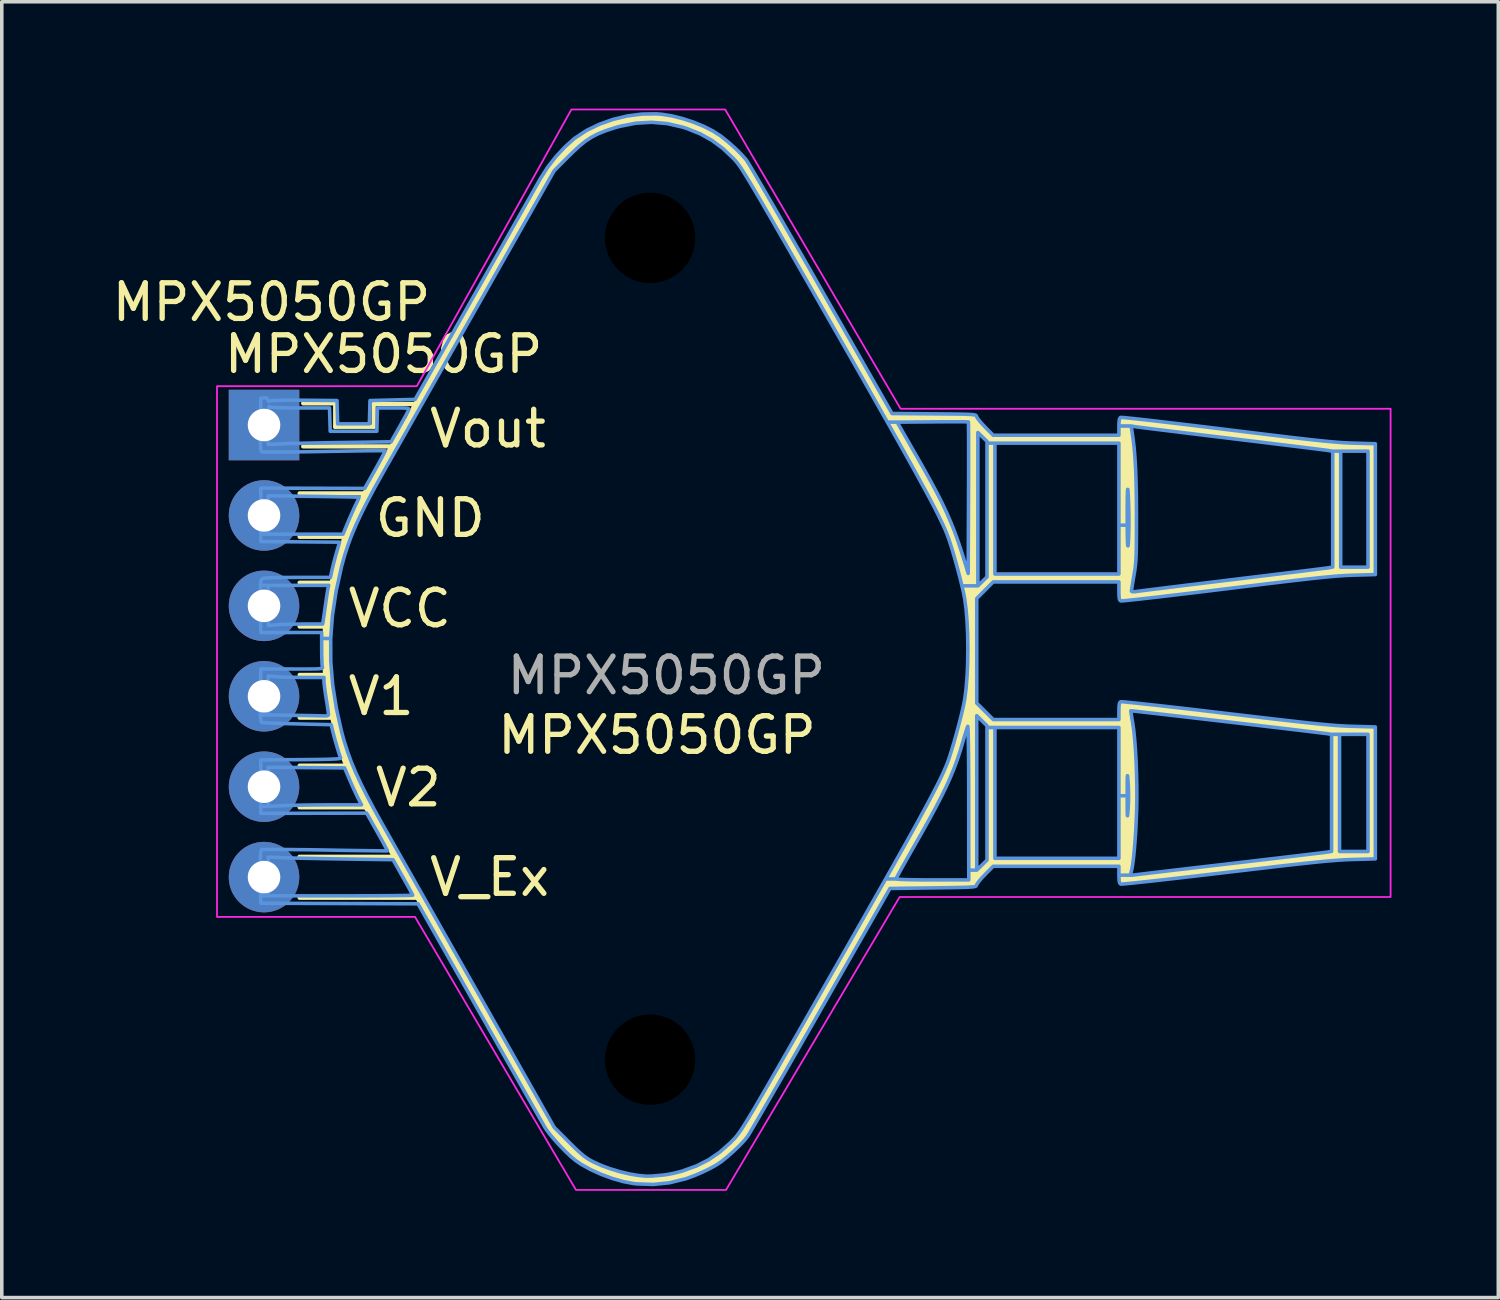
<source format=kicad_pcb>
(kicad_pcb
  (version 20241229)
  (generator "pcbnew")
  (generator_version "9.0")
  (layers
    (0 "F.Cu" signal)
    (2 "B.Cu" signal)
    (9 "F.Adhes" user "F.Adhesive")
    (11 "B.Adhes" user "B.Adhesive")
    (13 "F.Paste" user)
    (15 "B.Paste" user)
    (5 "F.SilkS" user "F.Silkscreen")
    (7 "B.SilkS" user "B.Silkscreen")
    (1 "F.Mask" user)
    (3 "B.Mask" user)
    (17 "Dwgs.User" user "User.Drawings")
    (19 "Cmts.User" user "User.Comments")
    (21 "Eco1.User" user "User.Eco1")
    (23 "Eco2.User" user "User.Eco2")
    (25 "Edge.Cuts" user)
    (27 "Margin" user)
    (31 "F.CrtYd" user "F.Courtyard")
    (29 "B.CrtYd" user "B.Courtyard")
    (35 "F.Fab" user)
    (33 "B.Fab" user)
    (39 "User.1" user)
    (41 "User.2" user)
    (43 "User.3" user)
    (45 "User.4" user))
  (footprint "MPX5050GP"
    (layer "F.Cu")
    (at 4.367 8.89)
    (property "Reference" "MPX5050GP" (at -1.19 -1.99 0) (unlocked yes) (layer "F.SilkS") (effects (font (size 1 1) (thickness 0.15)) (justify left)))
    (attr through_hole)
    (fp_line (start 0.995 12.13) (end 3.665 12.13) (stroke (width 0.12) (type solid)) (layer "F.SilkS"))
    (fp_line (start 1 1.92) (end 2.93 1.92) (stroke (width 0.12) (type solid)) (layer "F.SilkS"))
    (fp_line (start 1 4.43) (end 1.975 4.43) (stroke (width 0.12) (type solid)) (layer "F.SilkS"))
    (fp_line (start 1 5.66) (end 1.795 5.66) (stroke (width 0.12) (type solid)) (layer "F.SilkS"))
    (fp_line (start 1 7.02) (end 1.8 7.02) (stroke (width 0.12) (type solid)) (layer "F.SilkS"))
    (fp_line (start 1 8.22) (end 2.015 8.22) (stroke (width 0.12) (type solid)) (layer "F.SilkS"))
    (fp_line (start 1 9.57) (end 2.41 9.57) (stroke (width 0.12) (type solid)) (layer "F.SilkS"))
    (fp_line (start 1 10.74) (end 2.93 10.74) (stroke (width 0.12) (type solid)) (layer "F.SilkS"))
    (fp_line (start 1 13.28) (end 4.4 13.28) (stroke (width 0.12) (type solid)) (layer "F.SilkS"))
    (fp_line (start 1.1 0.6) (end 3.64 0.6) (stroke (width 0.12) (type solid)) (layer "F.SilkS"))
    (fp_line (start 2 -0.61) (end 1.1 -0.61) (stroke (width 0.12) (type solid)) (layer "F.SilkS"))
    (fp_line (start 2 0.05) (end 2 -0.61) (stroke (width 0.12) (type solid)) (layer "F.SilkS"))
    (fp_line (start 2.27 3.14) (end 1 3.14) (stroke (width 0.12) (type solid)) (layer "F.SilkS"))
    (fp_line (start 2.94 1.87) (end 2.27 3.19) (stroke (width 0.12) (type solid)) (layer "F.SilkS"))
    (fp_line (start 3.08 -0.59) (end 3.08 0.05) (stroke (width 0.12) (type solid)) (layer "F.SilkS"))
    (fp_line (start 3.08 0.05) (end 2 0.05) (stroke (width 0.12) (type solid)) (layer "F.SilkS"))
    (fp_line (start 4.21 -0.59) (end 3.08 -0.59) (stroke (width 0.12) (type solid)) (layer "F.SilkS"))
    (fp_poly (pts (xy 11.175 -8.732) (xy 11.461 -8.686) (xy 11.764 -8.61) (xy 12.069 -8.51) (xy 12.36 -8.391) (xy 12.621 -8.259) (xy 12.835 -8.121) (xy 12.854 -8.107) (xy 13.052 -7.946) (xy 13.239 -7.78) (xy 13.402 -7.621) (xy 13.527 -7.481) (xy 13.555 -7.446) (xy 13.588 -7.397) (xy 13.649 -7.295) (xy 13.739 -7.145) (xy 13.854 -6.95) (xy 13.992 -6.713) (xy 14.151 -6.439) (xy 14.329 -6.131) (xy 14.525 -5.792) (xy 14.736 -5.426) (xy 14.96 -5.036) (xy 15.194 -4.626) (xy 15.438 -4.2) (xy 15.668 -3.797) (xy 17.647 -0.324) (xy 18.829 -0.315) (xy 19.135 -0.312) (xy 19.383 -0.31) (xy 19.579 -0.307) (xy 19.73 -0.303) (xy 19.841 -0.299) (xy 19.919 -0.293) (xy 19.97 -0.285) (xy 20 -0.275) (xy 20.015 -0.262) (xy 20.021 -0.246) (xy 20.022 -0.242) (xy 20.048 -0.193) (xy 20.11 -0.112) (xy 20.197 -0.013) (xy 20.261 0.054) (xy 20.489 0.286) (xy 24.021 0.286) (xy 24.021 0.045) (xy 24.022 0.025) (xy 24.364 0.025) (xy 24.384 0.148) (xy 24.42 0.389) (xy 24.45 0.648) (xy 24.474 0.933) (xy 24.491 1.25) (xy 24.504 1.607) (xy 24.511 2.011) (xy 24.514 2.471) (xy 24.514 2.554) (xy 24.514 2.878) (xy 24.513 3.146) (xy 24.512 3.366) (xy 24.508 3.547) (xy 24.503 3.696) (xy 24.496 3.82) (xy 24.487 3.93) (xy 24.474 4.031) (xy 24.459 4.133) (xy 24.444 4.224) (xy 24.417 4.38) (xy 24.395 4.513) (xy 24.38 4.612) (xy 24.373 4.662) (xy 24.373 4.665) (xy 24.4 4.683) (xy 24.472 4.68) (xy 24.477 4.68) (xy 24.524 4.673) (xy 24.629 4.659) (xy 24.789 4.639) (xy 24.997 4.613) (xy 25.248 4.582) (xy 25.539 4.546) (xy 25.863 4.506) (xy 26.217 4.463) (xy 26.594 4.417) (xy 26.991 4.369) (xy 27.2 4.343) (xy 27.605 4.294) (xy 27.993 4.247) (xy 28.359 4.202) (xy 28.699 4.16) (xy 29.008 4.122) (xy 29.28 4.089) (xy 29.511 4.06) (xy 29.696 4.037) (xy 29.83 4.02) (xy 29.907 4.01) (xy 29.924 4.007) (xy 30.011 3.992) (xy 30.251 3.992) (xy 31.018 3.992) (xy 31.018 0.733) (xy 30.251 0.733) (xy 30.251 3.992) (xy 30.011 3.992) (xy 30.028 3.989) (xy 30.028 0.736) (xy 29.924 0.718) (xy 29.877 0.711) (xy 29.771 0.697) (xy 29.612 0.677) (xy 29.404 0.651) (xy 29.152 0.62) (xy 28.862 0.584) (xy 28.537 0.544) (xy 28.184 0.501) (xy 27.806 0.455) (xy 27.41 0.407) (xy 27.2 0.381) (xy 26.796 0.332) (xy 26.407 0.285) (xy 26.041 0.24) (xy 25.7 0.198) (xy 25.391 0.16) (xy 25.119 0.127) (xy 24.887 0.098) (xy 24.702 0.074) (xy 24.567 0.057) (xy 24.489 0.047) (xy 24.472 0.044) (xy 24.364 0.025) (xy 24.022 0.025) (xy 24.024 -0.085) (xy 24.034 -0.163) (xy 24.055 -0.204) (xy 24.072 -0.215) (xy 24.111 -0.214) (xy 24.208 -0.206) (xy 24.36 -0.19) (xy 24.562 -0.169) (xy 24.808 -0.141) (xy 25.096 -0.108) (xy 25.42 -0.07) (xy 25.776 -0.028) (xy 26.159 0.018) (xy 26.565 0.067) (xy 26.989 0.119) (xy 27.052 0.127) (xy 27.571 0.191) (xy 28.031 0.247) (xy 28.437 0.296) (xy 28.793 0.339) (xy 29.105 0.375) (xy 29.377 0.406) (xy 29.613 0.432) (xy 29.818 0.453) (xy 29.997 0.469) (xy 30.154 0.483) (xy 30.294 0.493) (xy 30.422 0.5) (xy 30.542 0.505) (xy 30.603 0.507) (xy 31.226 0.525) (xy 31.226 4.199) (xy 30.603 4.218) (xy 30.485 4.222) (xy 30.361 4.228) (xy 30.228 4.237) (xy 30.08 4.248) (xy 29.913 4.263) (xy 29.722 4.282) (xy 29.502 4.305) (xy 29.25 4.333) (xy 28.959 4.366) (xy 28.626 4.406) (xy 28.246 4.451) (xy 27.815 4.504) (xy 27.326 4.564) (xy 27.052 4.598) (xy 26.625 4.65) (xy 26.217 4.7) (xy 25.83 4.746) (xy 25.47 4.789) (xy 25.141 4.828) (xy 24.848 4.861) (xy 24.595 4.89) (xy 24.386 4.912) (xy 24.227 4.929) (xy 24.121 4.938) (xy 24.074 4.94) (xy 24.072 4.94) (xy 24.046 4.917) (xy 24.03 4.865) (xy 24.023 4.772) (xy 24.021 4.664) (xy 24.021 4.407) (xy 20.489 4.407) (xy 20.258 4.64) (xy 20.028 4.872) (xy 20.028 7.811) (xy 20.26 8.042) (xy 20.492 8.273) (xy 24.021 8.273) (xy 24.021 8.032) (xy 24.024 7.902) (xy 24.035 7.824) (xy 24.055 7.783) (xy 24.072 7.772) (xy 24.11 7.773) (xy 24.208 7.781) (xy 24.359 7.796) (xy 24.561 7.817) (xy 24.808 7.844) (xy 25.095 7.875) (xy 25.419 7.912) (xy 25.775 7.952) (xy 26.157 7.996) (xy 26.563 8.044) (xy 26.986 8.094) (xy 27.035 8.1) (xy 27.553 8.161) (xy 28.013 8.215) (xy 28.418 8.262) (xy 28.775 8.303) (xy 29.086 8.338) (xy 29.358 8.368) (xy 29.594 8.392) (xy 29.8 8.412) (xy 29.979 8.428) (xy 30.138 8.441) (xy 30.28 8.45) (xy 30.41 8.457) (xy 30.533 8.462) (xy 30.587 8.463) (xy 31.226 8.481) (xy 31.226 12.187) (xy 30.587 12.204) (xy 30.465 12.208) (xy 30.339 12.214) (xy 30.203 12.223) (xy 30.052 12.234) (xy 29.882 12.248) (xy 29.689 12.266) (xy 29.467 12.289) (xy 29.211 12.316) (xy 28.918 12.348) (xy 28.582 12.386) (xy 28.199 12.431) (xy 27.764 12.482) (xy 27.272 12.54) (xy 27.035 12.568) (xy 26.61 12.618) (xy 26.202 12.666) (xy 25.817 12.711) (xy 25.458 12.752) (xy 25.13 12.789) (xy 24.838 12.821) (xy 24.587 12.848) (xy 24.38 12.87) (xy 24.222 12.885) (xy 24.118 12.894) (xy 24.073 12.895) (xy 24.072 12.895) (xy 24.045 12.871) (xy 24.029 12.815) (xy 24.022 12.716) (xy 24.021 12.644) (xy 24.341 12.644) (xy 24.369 12.646) (xy 24.44 12.64) (xy 24.477 12.635) (xy 24.529 12.628) (xy 24.64 12.615) (xy 24.804 12.595) (xy 25.016 12.57) (xy 25.272 12.54) (xy 25.566 12.505) (xy 25.894 12.467) (xy 26.249 12.425) (xy 26.628 12.381) (xy 27.025 12.335) (xy 27.2 12.314) (xy 27.602 12.267) (xy 27.988 12.222) (xy 28.352 12.179) (xy 28.689 12.139) (xy 28.995 12.103) (xy 29.265 12.071) (xy 29.493 12.044) (xy 29.674 12.022) (xy 29.805 12.006) (xy 29.878 11.996) (xy 29.892 11.994) (xy 29.979 11.979) (xy 30.219 11.979) (xy 31.018 11.979) (xy 31.018 8.688) (xy 30.219 8.688) (xy 30.219 11.979) (xy 29.979 11.979) (xy 29.996 11.976) (xy 29.996 8.691) (xy 29.892 8.673) (xy 29.841 8.666) (xy 29.734 8.653) (xy 29.577 8.634) (xy 29.374 8.609) (xy 29.132 8.58) (xy 28.857 8.547) (xy 28.552 8.511) (xy 28.225 8.473) (xy 27.881 8.432) (xy 27.525 8.39) (xy 27.163 8.348) (xy 26.801 8.306) (xy 26.443 8.264) (xy 26.096 8.224) (xy 25.765 8.185) (xy 25.455 8.15) (xy 25.173 8.117) (xy 24.924 8.089) (xy 24.712 8.065) (xy 24.545 8.046) (xy 24.427 8.033) (xy 24.364 8.027) (xy 24.355 8.027) (xy 24.358 8.059) (xy 24.37 8.141) (xy 24.39 8.259) (xy 24.409 8.369) (xy 24.438 8.575) (xy 24.464 8.833) (xy 24.486 9.131) (xy 24.504 9.457) (xy 24.517 9.8) (xy 24.524 10.147) (xy 24.525 10.487) (xy 24.52 10.797) (xy 24.51 11.081) (xy 24.495 11.366) (xy 24.478 11.642) (xy 24.457 11.898) (xy 24.435 12.127) (xy 24.412 12.317) (xy 24.389 12.459) (xy 24.374 12.522) (xy 24.352 12.598) (xy 24.341 12.641) (xy 24.341 12.644) (xy 24.021 12.644) (xy 24.021 12.635) (xy 24.021 12.395) (xy 20.489 12.395) (xy 20.261 12.626) (xy 20.164 12.73) (xy 20.084 12.824) (xy 20.034 12.895) (xy 20.022 12.922) (xy 20.017 12.938) (xy 20.005 12.952) (xy 19.98 12.962) (xy 19.936 12.971) (xy 19.866 12.978) (xy 19.765 12.984) (xy 19.626 12.988) (xy 19.444 12.992) (xy 19.212 12.996) (xy 18.925 13) (xy 18.8 13.002) (xy 17.59 13.018) (xy 15.648 16.42) (xy 15.4 16.854) (xy 15.16 17.274) (xy 14.929 17.678) (xy 14.709 18.061) (xy 14.502 18.42) (xy 14.311 18.751) (xy 14.138 19.051) (xy 13.984 19.317) (xy 13.852 19.544) (xy 13.743 19.729) (xy 13.661 19.869) (xy 13.606 19.96) (xy 13.584 19.994) (xy 13.491 20.108) (xy 13.358 20.247) (xy 13.199 20.399) (xy 13.026 20.552) (xy 12.854 20.692) (xy 12.716 20.784) (xy 12.534 20.885) (xy 12.323 20.987) (xy 12.103 21.082) (xy 11.888 21.162) (xy 11.845 21.176) (xy 11.397 21.286) (xy 10.943 21.333) (xy 10.48 21.317) (xy 10.381 21.306) (xy 10.095 21.252) (xy 9.788 21.164) (xy 9.478 21.05) (xy 9.183 20.916) (xy 8.92 20.771) (xy 8.749 20.654) (xy 8.606 20.533) (xy 8.447 20.38) (xy 8.284 20.21) (xy 8.129 20.036) (xy 7.997 19.872) (xy 7.899 19.732) (xy 7.887 19.712) (xy 7.854 19.656) (xy 7.793 19.548) (xy 7.704 19.393) (xy 7.591 19.194) (xy 7.455 18.955) (xy 7.299 18.68) (xy 7.125 18.373) (xy 6.935 18.038) (xy 6.732 17.679) (xy 6.517 17.3) (xy 6.293 16.905) (xy 6.082 16.532) (xy 5.851 16.125) (xy 5.628 15.731) (xy 5.413 15.352) (xy 5.211 14.994) (xy 5.021 14.661) (xy 4.848 14.355) (xy 4.693 14.081) (xy 4.558 13.844) (xy 4.446 13.647) (xy 4.359 13.493) (xy 4.299 13.388) (xy 4.27 13.337) (xy 4.226 13.259) (xy 4.154 13.133) (xy 4.059 12.966) (xy 3.946 12.767) (xy 3.819 12.542) (xy 3.682 12.3) (xy 3.54 12.049) (xy 3.519 12.011) (xy 3.38 11.766) (xy 3.248 11.535) (xy 3.129 11.326) (xy 3.025 11.144) (xy 2.94 10.997) (xy 2.878 10.891) (xy 2.842 10.833) (xy 2.838 10.826) (xy 2.77 10.715) (xy 2.685 10.554) (xy 2.589 10.356) (xy 2.487 10.133) (xy 2.383 9.895) (xy 2.282 9.655) (xy 2.19 9.423) (xy 2.111 9.212) (xy 2.051 9.033) (xy 2.036 8.983) (xy 1.965 8.71) (xy 1.893 8.389) (xy 1.821 8.036) (xy 1.755 7.667) (xy 1.696 7.297) (xy 1.665 7.08) (xy 1.64 6.811) (xy 1.628 6.5) (xy 1.629 6.164) (xy 1.637 5.995) (xy 1.878 5.995) (xy 1.881 6.644) (xy 1.935 7.298) (xy 2.041 7.969) (xy 2.184 8.608) (xy 2.263 8.896) (xy 2.353 9.18) (xy 2.459 9.467) (xy 2.583 9.765) (xy 2.731 10.083) (xy 2.904 10.428) (xy 3.106 10.808) (xy 3.342 11.232) (xy 3.365 11.273) (xy 3.458 11.437) (xy 3.58 11.652) (xy 3.728 11.913) (xy 3.9 12.216) (xy 4.092 12.556) (xy 4.303 12.929) (xy 4.531 13.329) (xy 4.771 13.753) (xy 5.022 14.196) (xy 5.281 14.653) (xy 5.545 15.119) (xy 5.812 15.59) (xy 6.065 16.037) (xy 8.157 19.727) (xy 8.573 20.144) (xy 8.734 20.304) (xy 8.864 20.425) (xy 8.972 20.518) (xy 9.069 20.59) (xy 9.167 20.651) (xy 9.251 20.696) (xy 9.475 20.798) (xy 9.728 20.891) (xy 9.996 20.972) (xy 10.263 21.036) (xy 10.516 21.08) (xy 10.74 21.101) (xy 10.906 21.098) (xy 10.987 21.09) (xy 11.106 21.079) (xy 11.225 21.068) (xy 11.358 21.05) (xy 11.523 21.016) (xy 11.694 20.974) (xy 11.767 20.952) (xy 12.152 20.813) (xy 12.494 20.641) (xy 12.807 20.426) (xy 13.108 20.159) (xy 13.195 20.07) (xy 13.227 20.036) (xy 13.259 20) (xy 13.293 19.959) (xy 13.329 19.911) (xy 13.371 19.853) (xy 13.418 19.783) (xy 13.474 19.697) (xy 13.539 19.593) (xy 13.615 19.469) (xy 13.703 19.321) (xy 13.806 19.148) (xy 13.924 18.946) (xy 14.06 18.713) (xy 14.214 18.446) (xy 14.389 18.143) (xy 14.586 17.8) (xy 14.806 17.416) (xy 15.052 16.988) (xy 15.324 16.513) (xy 15.624 15.988) (xy 15.954 15.41) (xy 16.027 15.281) (xy 16.4 14.629) (xy 16.741 14.03) (xy 17.054 13.481) (xy 17.339 12.98) (xy 17.469 12.75) (xy 17.759 12.75) (xy 17.79 12.757) (xy 17.878 12.763) (xy 18.015 12.769) (xy 18.195 12.773) (xy 18.412 12.776) (xy 18.657 12.778) (xy 18.782 12.778) (xy 19.804 12.778) (xy 19.803 10.597) (xy 19.802 10.219) (xy 19.801 9.865) (xy 19.799 9.54) (xy 19.797 9.25) (xy 19.793 8.998) (xy 19.79 8.789) (xy 19.786 8.628) (xy 19.782 8.519) (xy 19.777 8.468) (xy 19.775 8.465) (xy 19.755 8.513) (xy 19.724 8.609) (xy 19.685 8.739) (xy 19.644 8.88) (xy 19.568 9.138) (xy 19.487 9.386) (xy 19.398 9.629) (xy 19.297 9.877) (xy 19.18 10.136) (xy 19.046 10.414) (xy 18.889 10.718) (xy 18.707 11.055) (xy 18.496 11.433) (xy 18.324 11.735) (xy 18.193 11.964) (xy 18.073 12.176) (xy 17.967 12.364) (xy 17.88 12.522) (xy 17.813 12.643) (xy 17.772 12.721) (xy 17.759 12.75) (xy 17.469 12.75) (xy 17.597 12.523) (xy 17.831 12.109) (xy 18.04 11.735) (xy 18.228 11.398) (xy 18.395 11.095) (xy 18.543 10.825) (xy 18.672 10.584) (xy 18.786 10.37) (xy 18.884 10.18) (xy 18.968 10.012) (xy 19.04 9.863) (xy 19.101 9.73) (xy 19.153 9.612) (xy 19.196 9.505) (xy 19.233 9.406) (xy 19.255 9.343) (xy 19.323 9.132) (xy 19.395 8.889) (xy 19.468 8.63) (xy 19.537 8.37) (xy 19.588 8.164) (xy 20.028 8.164) (xy 20.028 12.504) (xy 20.171 12.363) (xy 20.315 12.222) (xy 20.315 12.171) (xy 20.539 12.171) (xy 24.021 12.171) (xy 24.021 10.414) (xy 24.254 10.414) (xy 24.254 10.64) (xy 24.255 10.805) (xy 24.256 10.914) (xy 24.259 10.969) (xy 24.263 10.975) (xy 24.268 10.935) (xy 24.275 10.852) (xy 24.281 10.773) (xy 24.291 10.568) (xy 24.292 10.338) (xy 24.286 10.12) (xy 24.281 10.054) (xy 24.273 9.945) (xy 24.266 9.875) (xy 24.261 9.849) (xy 24.258 9.871) (xy 24.256 9.943) (xy 24.254 10.069) (xy 24.254 10.254) (xy 24.254 10.414) (xy 24.021 10.414) (xy 24.021 8.497) (xy 20.539 8.497) (xy 20.539 12.171) (xy 20.315 12.171) (xy 20.315 8.446) (xy 20.171 8.305) (xy 20.028 8.164) (xy 19.588 8.164) (xy 19.599 8.123) (xy 19.649 7.904) (xy 19.685 7.728) (xy 19.69 7.698) (xy 19.729 7.398) (xy 19.756 7.051) (xy 19.773 6.673) (xy 19.778 6.279) (xy 19.772 5.886) (xy 19.755 5.509) (xy 19.726 5.165) (xy 19.69 4.886) (xy 19.658 4.721) (xy 19.611 4.51) (xy 19.551 4.268) (xy 19.483 4.01) (xy 19.411 3.749) (xy 19.338 3.502) (xy 19.269 3.283) (xy 19.255 3.241) (xy 19.222 3.147) (xy 19.183 3.046) (xy 19.137 2.935) (xy 19.082 2.812) (xy 19.018 2.675) (xy 18.942 2.52) (xy 18.853 2.345) (xy 18.75 2.147) (xy 18.632 1.925) (xy 18.497 1.675) (xy 18.343 1.394) (xy 18.169 1.08) (xy 17.974 0.732) (xy 17.757 0.345) (xy 17.516 -0.082) (xy 17.791 -0.082) (xy 18.323 0.845) (xy 18.547 1.24) (xy 18.742 1.59) (xy 18.91 1.905) (xy 19.056 2.194) (xy 19.184 2.465) (xy 19.299 2.727) (xy 19.403 2.991) (xy 19.502 3.264) (xy 19.6 3.557) (xy 19.7 3.877) (xy 19.715 3.928) (xy 19.788 4.168) (xy 19.796 2.046) (xy 19.797 1.684) (xy 19.798 1.341) (xy 19.799 1.022) (xy 19.799 0.733) (xy 19.799 0.48) (xy 19.798 0.266) (xy 19.798 0.209) (xy 20.059 0.209) (xy 20.059 4.516) (xy 20.187 4.391) (xy 20.315 4.266) (xy 20.315 4.184) (xy 20.539 4.184) (xy 24.021 4.184) (xy 24.021 2.554) (xy 24.254 2.554) (xy 24.254 2.813) (xy 24.256 3.03) (xy 24.26 3.2) (xy 24.264 3.321) (xy 24.27 3.387) (xy 24.276 3.394) (xy 24.278 3.385) (xy 24.287 3.304) (xy 24.294 3.174) (xy 24.3 3.009) (xy 24.303 2.823) (xy 24.303 2.698) (xy 24.301 2.491) (xy 24.297 2.281) (xy 24.291 2.086) (xy 24.283 1.927) (xy 24.279 1.867) (xy 24.272 1.806) (xy 24.266 1.806) (xy 24.261 1.866) (xy 24.258 1.989) (xy 24.256 2.173) (xy 24.254 2.421) (xy 24.254 2.554) (xy 24.021 2.554) (xy 24.021 0.509) (xy 20.539 0.509) (xy 20.539 4.184) (xy 20.315 4.184) (xy 20.315 0.458) (xy 20.187 0.334) (xy 20.059 0.209) (xy 19.798 0.209) (xy 19.797 0.098) (xy 19.796 -0.019) (xy 19.794 -0.08) (xy 19.793 -0.087) (xy 19.759 -0.09) (xy 19.67 -0.092) (xy 19.532 -0.093) (xy 19.353 -0.093) (xy 19.142 -0.092) (xy 18.906 -0.091) (xy 18.787 -0.09) (xy 17.791 -0.082) (xy 17.516 -0.082) (xy 17.516 -0.083) (xy 17.249 -0.554) (xy 16.955 -1.071) (xy 16.633 -1.636) (xy 16.282 -2.252) (xy 16.027 -2.697) (xy 15.691 -3.286) (xy 15.385 -3.822) (xy 15.107 -4.307) (xy 14.856 -4.745) (xy 14.63 -5.138) (xy 14.429 -5.489) (xy 14.25 -5.801) (xy 14.091 -6.075) (xy 13.951 -6.315) (xy 13.83 -6.523) (xy 13.724 -6.702) (xy 13.632 -6.855) (xy 13.554 -6.984) (xy 13.487 -7.092) (xy 13.429 -7.181) (xy 13.38 -7.255) (xy 13.338 -7.315) (xy 13.3 -7.365) (xy 13.266 -7.407) (xy 13.234 -7.444) (xy 13.202 -7.478) (xy 13.195 -7.485) (xy 12.896 -7.769) (xy 12.588 -7.998) (xy 12.256 -8.182) (xy 11.886 -8.33) (xy 11.767 -8.368) (xy 11.333 -8.469) (xy 10.893 -8.506) (xy 10.447 -8.48) (xy 9.995 -8.39) (xy 9.875 -8.356) (xy 9.618 -8.273) (xy 9.404 -8.188) (xy 9.216 -8.093) (xy 9.041 -7.979) (xy 8.864 -7.836) (xy 8.669 -7.655) (xy 8.573 -7.56) (xy 8.157 -7.143) (xy 6.065 -3.452) (xy 5.798 -2.981) (xy 5.531 -2.51) (xy 5.267 -2.044) (xy 5.008 -1.588) (xy 4.758 -1.146) (xy 4.518 -0.723) (xy 4.292 -0.324) (xy 4.082 0.047) (xy 3.89 0.385) (xy 3.719 0.686) (xy 3.573 0.945) (xy 3.453 1.157) (xy 3.365 1.311) (xy 3.126 1.739) (xy 2.921 2.124) (xy 2.745 2.472) (xy 2.596 2.791) (xy 2.469 3.091) (xy 2.362 3.379) (xy 2.27 3.662) (xy 2.191 3.949) (xy 2.184 3.976) (xy 2.03 4.672) (xy 1.928 5.341) (xy 1.878 5.995) (xy 1.637 5.995) (xy 1.644 5.823) (xy 1.671 5.496) (xy 1.688 5.35) (xy 1.724 5.095) (xy 1.768 4.829) (xy 1.815 4.563) (xy 1.866 4.306) (xy 1.917 4.067) (xy 1.966 3.856) (xy 2.013 3.683) (xy 2.053 3.557) (xy 2.076 3.505) (xy 2.103 3.44) (xy 2.139 3.338) (xy 2.168 3.244) (xy 2.224 3.079) (xy 2.302 2.874) (xy 2.397 2.647) (xy 2.501 2.414) (xy 2.608 2.192) (xy 2.674 2.063) (xy 2.761 1.901) (xy 2.865 1.711) (xy 2.98 1.506) (xy 3.099 1.297) (xy 3.215 1.097) (xy 3.32 0.918) (xy 3.408 0.772) (xy 3.466 0.68) (xy 3.527 0.582) (xy 3.575 0.498) (xy 3.595 0.456) (xy 3.627 0.385) (xy 3.679 0.287) (xy 3.743 0.173) (xy 3.811 0.058) (xy 3.875 -0.045) (xy 3.927 -0.122) (xy 3.958 -0.16) (xy 3.962 -0.162) (xy 3.992 -0.189) (xy 4.024 -0.255) (xy 4.028 -0.265) (xy 4.062 -0.349) (xy 4.114 -0.462) (xy 4.163 -0.561) (xy 4.19 -0.609) (xy 4.245 -0.708) (xy 4.327 -0.855) (xy 4.433 -1.043) (xy 4.561 -1.27) (xy 4.709 -1.531) (xy 4.873 -1.821) (xy 5.051 -2.137) (xy 5.241 -2.473) (xy 5.441 -2.826) (xy 5.648 -3.19) (xy 5.859 -3.563) (xy 6.072 -3.939) (xy 6.285 -4.314) (xy 6.494 -4.683) (xy 6.699 -5.043) (xy 6.895 -5.389) (xy 7.082 -5.717) (xy 7.255 -6.022) (xy 7.414 -6.3) (xy 7.554 -6.547) (xy 7.675 -6.758) (xy 7.773 -6.929) (xy 7.845 -7.056) (xy 7.887 -7.128) (xy 7.978 -7.262) (xy 8.105 -7.423) (xy 8.257 -7.596) (xy 8.419 -7.768) (xy 8.58 -7.924) (xy 8.727 -8.052) (xy 8.749 -8.069) (xy 9.063 -8.276) (xy 9.421 -8.449) (xy 9.809 -8.586) (xy 10.213 -8.684) (xy 10.622 -8.737) (xy 11.02 -8.743)) (stroke (width 0) (type solid)) (fill yes) (layer "F.SilkS"))
    (fp_poly (pts (xy 11.169 -8.73) (xy 11.455 -8.685) (xy 11.759 -8.609) (xy 12.064 -8.509) (xy 12.355 -8.39) (xy 12.616 -8.258) (xy 12.83 -8.12) (xy 12.848 -8.106) (xy 13.047 -7.945) (xy 13.234 -7.779) (xy 13.396 -7.62) (xy 13.522 -7.48) (xy 13.55 -7.445) (xy 13.582 -7.395) (xy 13.644 -7.294) (xy 13.733 -7.144) (xy 13.848 -6.949) (xy 13.986 -6.712) (xy 14.145 -6.438) (xy 14.324 -6.13) (xy 14.52 -5.791) (xy 14.73 -5.425) (xy 14.954 -5.035) (xy 15.189 -4.625) (xy 15.433 -4.199) (xy 15.662 -3.796) (xy 17.642 -0.323) (xy 18.824 -0.314) (xy 19.129 -0.311) (xy 19.377 -0.309) (xy 19.574 -0.306) (xy 19.724 -0.302) (xy 19.836 -0.298) (xy 19.914 -0.292) (xy 19.965 -0.284) (xy 19.995 -0.274) (xy 20.009 -0.261) (xy 20.016 -0.245) (xy 20.016 -0.24) (xy 20.043 -0.191) (xy 20.105 -0.111) (xy 20.192 -0.012) (xy 20.256 0.055) (xy 20.484 0.287) (xy 24.016 0.287) (xy 24.016 0.046) (xy 24.016 0.027) (xy 24.358 0.027) (xy 24.379 0.149) (xy 24.415 0.39) (xy 24.445 0.649) (xy 24.468 0.934) (xy 24.486 1.251) (xy 24.498 1.608) (xy 24.506 2.012) (xy 24.509 2.472) (xy 24.509 2.555) (xy 24.509 2.879) (xy 24.508 3.147) (xy 24.506 3.367) (xy 24.503 3.548) (xy 24.498 3.697) (xy 24.491 3.822) (xy 24.481 3.931) (xy 24.469 4.032) (xy 24.454 4.134) (xy 24.438 4.225) (xy 24.412 4.381) (xy 24.39 4.514) (xy 24.374 4.613) (xy 24.367 4.663) (xy 24.367 4.666) (xy 24.395 4.684) (xy 24.467 4.681) (xy 24.471 4.681) (xy 24.518 4.674) (xy 24.624 4.66) (xy 24.783 4.64) (xy 24.991 4.614) (xy 25.243 4.583) (xy 25.534 4.547) (xy 25.858 4.507) (xy 26.211 4.464) (xy 26.589 4.418) (xy 26.985 4.37) (xy 27.195 4.344) (xy 27.599 4.295) (xy 27.987 4.248) (xy 28.354 4.203) (xy 28.694 4.161) (xy 29.002 4.124) (xy 29.274 4.09) (xy 29.505 4.061) (xy 29.69 4.038) (xy 29.824 4.021) (xy 29.902 4.011) (xy 29.919 4.008) (xy 30.006 3.993) (xy 30.246 3.993) (xy 31.013 3.993) (xy 31.013 0.734) (xy 30.246 0.734) (xy 30.246 3.993) (xy 30.006 3.993) (xy 30.022 3.99) (xy 30.022 0.737) (xy 29.919 0.719) (xy 29.871 0.712) (xy 29.766 0.698) (xy 29.606 0.678) (xy 29.398 0.652) (xy 29.147 0.621) (xy 28.856 0.585) (xy 28.532 0.546) (xy 28.178 0.502) (xy 27.801 0.456) (xy 27.404 0.408) (xy 27.195 0.382) (xy 26.79 0.333) (xy 26.402 0.286) (xy 26.035 0.241) (xy 25.695 0.199) (xy 25.386 0.161) (xy 25.113 0.128) (xy 24.882 0.099) (xy 24.696 0.076) (xy 24.562 0.058) (xy 24.483 0.048) (xy 24.467 0.045) (xy 24.358 0.027) (xy 24.016 0.027) (xy 24.019 -0.084) (xy 24.029 -0.162) (xy 24.049 -0.203) (xy 24.067 -0.214) (xy 24.105 -0.213) (xy 24.203 -0.205) (xy 24.355 -0.189) (xy 24.556 -0.168) (xy 24.803 -0.14) (xy 25.091 -0.107) (xy 25.415 -0.069) (xy 25.771 -0.027) (xy 26.154 0.019) (xy 26.559 0.068) (xy 26.983 0.12) (xy 27.046 0.128) (xy 27.565 0.192) (xy 28.025 0.248) (xy 28.431 0.297) (xy 28.788 0.34) (xy 29.1 0.376) (xy 29.371 0.407) (xy 29.607 0.433) (xy 29.812 0.454) (xy 29.991 0.47) (xy 30.149 0.484) (xy 30.289 0.494) (xy 30.417 0.501) (xy 30.537 0.506) (xy 30.597 0.508) (xy 31.22 0.526) (xy 31.22 4.201) (xy 30.597 4.219) (xy 30.479 4.223) (xy 30.356 4.229) (xy 30.223 4.238) (xy 30.075 4.249) (xy 29.907 4.264) (xy 29.716 4.283) (xy 29.497 4.306) (xy 29.244 4.334) (xy 28.954 4.367) (xy 28.621 4.407) (xy 28.241 4.452) (xy 27.809 4.505) (xy 27.321 4.565) (xy 27.046 4.599) (xy 26.62 4.651) (xy 26.211 4.701) (xy 25.825 4.747) (xy 25.465 4.79) (xy 25.136 4.829) (xy 24.842 4.862) (xy 24.589 4.891) (xy 24.381 4.913) (xy 24.222 4.93) (xy 24.116 4.939) (xy 24.069 4.941) (xy 24.067 4.941) (xy 24.04 4.918) (xy 24.025 4.866) (xy 24.017 4.773) (xy 24.016 4.665) (xy 24.016 4.408) (xy 20.484 4.408) (xy 20.253 4.641) (xy 20.022 4.873) (xy 20.022 7.812) (xy 20.254 8.043) (xy 20.487 8.274) (xy 24.016 8.274) (xy 24.016 8.034) (xy 24.019 7.904) (xy 24.029 7.825) (xy 24.049 7.784) (xy 24.066 7.774) (xy 24.105 7.774) (xy 24.202 7.782) (xy 24.354 7.797) (xy 24.555 7.818) (xy 24.802 7.845) (xy 25.09 7.876) (xy 25.414 7.913) (xy 25.769 7.953) (xy 26.152 7.997) (xy 26.557 8.045) (xy 26.981 8.095) (xy 27.03 8.101) (xy 27.548 8.162) (xy 28.007 8.216) (xy 28.413 8.263) (xy 28.769 8.304) (xy 29.081 8.339) (xy 29.352 8.369) (xy 29.588 8.393) (xy 29.794 8.413) (xy 29.974 8.429) (xy 30.133 8.442) (xy 30.275 8.451) (xy 30.405 8.458) (xy 30.528 8.463) (xy 30.581 8.464) (xy 31.22 8.482) (xy 31.22 12.188) (xy 30.581 12.205) (xy 30.46 12.209) (xy 30.334 12.215) (xy 30.197 12.224) (xy 30.047 12.235) (xy 29.877 12.249) (xy 29.683 12.267) (xy 29.461 12.29) (xy 29.206 12.317) (xy 28.913 12.349) (xy 28.577 12.387) (xy 28.194 12.432) (xy 27.759 12.483) (xy 27.267 12.541) (xy 27.03 12.569) (xy 26.604 12.619) (xy 26.197 12.667) (xy 25.811 12.712) (xy 25.452 12.753) (xy 25.125 12.79) (xy 24.833 12.822) (xy 24.581 12.849) (xy 24.374 12.871) (xy 24.217 12.886) (xy 24.113 12.895) (xy 24.068 12.897) (xy 24.066 12.896) (xy 24.039 12.872) (xy 24.024 12.816) (xy 24.017 12.717) (xy 24.016 12.645) (xy 24.335 12.645) (xy 24.363 12.647) (xy 24.434 12.641) (xy 24.471 12.636) (xy 24.523 12.63) (xy 24.634 12.616) (xy 24.798 12.597) (xy 25.011 12.571) (xy 25.267 12.541) (xy 25.561 12.506) (xy 25.888 12.468) (xy 26.244 12.426) (xy 26.623 12.382) (xy 27.019 12.336) (xy 27.195 12.315) (xy 27.597 12.268) (xy 27.982 12.223) (xy 28.346 12.18) (xy 28.684 12.14) (xy 28.99 12.104) (xy 29.259 12.072) (xy 29.487 12.045) (xy 29.669 12.023) (xy 29.799 12.007) (xy 29.873 11.997) (xy 29.887 11.995) (xy 29.974 11.98) (xy 30.214 11.98) (xy 31.013 11.98) (xy 31.013 8.689) (xy 30.214 8.689) (xy 30.214 11.98) (xy 29.974 11.98) (xy 29.99 11.977) (xy 29.99 8.692) (xy 29.887 8.674) (xy 29.836 8.667) (xy 29.729 8.654) (xy 29.571 8.635) (xy 29.369 8.61) (xy 29.127 8.581) (xy 28.851 8.548) (xy 28.547 8.512) (xy 28.22 8.474) (xy 27.876 8.433) (xy 27.52 8.391) (xy 27.158 8.349) (xy 26.795 8.307) (xy 26.437 8.265) (xy 26.09 8.225) (xy 25.759 8.186) (xy 25.45 8.151) (xy 25.168 8.118) (xy 24.918 8.09) (xy 24.707 8.066) (xy 24.54 8.047) (xy 24.422 8.034) (xy 24.359 8.028) (xy 24.349 8.028) (xy 24.352 8.06) (xy 24.365 8.142) (xy 24.384 8.26) (xy 24.403 8.37) (xy 24.433 8.576) (xy 24.459 8.834) (xy 24.481 9.132) (xy 24.499 9.458) (xy 24.511 9.801) (xy 24.519 10.148) (xy 24.52 10.488) (xy 24.515 10.798) (xy 24.504 11.082) (xy 24.49 11.367) (xy 24.472 11.643) (xy 24.452 11.899) (xy 24.43 12.128) (xy 24.407 12.318) (xy 24.383 12.46) (xy 24.368 12.523) (xy 24.347 12.599) (xy 24.336 12.642) (xy 24.335 12.645) (xy 24.016 12.645) (xy 24.016 12.636) (xy 24.016 12.396) (xy 20.484 12.396) (xy 20.256 12.627) (xy 20.158 12.731) (xy 20.079 12.825) (xy 20.029 12.896) (xy 20.016 12.923) (xy 20.012 12.939) (xy 20 12.953) (xy 19.975 12.963) (xy 19.93 12.972) (xy 19.86 12.979) (xy 19.759 12.985) (xy 19.621 12.989) (xy 19.438 12.993) (xy 19.207 12.997) (xy 18.92 13.001) (xy 18.795 13.003) (xy 17.585 13.019) (xy 15.642 16.421) (xy 15.395 16.855) (xy 15.154 17.275) (xy 14.923 17.679) (xy 14.703 18.062) (xy 14.497 18.421) (xy 14.306 18.752) (xy 14.132 19.053) (xy 13.978 19.318) (xy 13.846 19.545) (xy 13.738 19.73) (xy 13.655 19.87) (xy 13.6 19.961) (xy 13.578 19.995) (xy 13.485 20.109) (xy 13.353 20.248) (xy 13.194 20.4) (xy 13.021 20.553) (xy 12.848 20.693) (xy 12.711 20.785) (xy 12.528 20.886) (xy 12.318 20.988) (xy 12.097 21.083) (xy 11.882 21.163) (xy 11.839 21.177) (xy 11.391 21.287) (xy 10.937 21.334) (xy 10.475 21.318) (xy 10.375 21.307) (xy 10.09 21.253) (xy 9.783 21.165) (xy 9.473 21.051) (xy 9.177 20.917) (xy 8.914 20.772) (xy 8.744 20.655) (xy 8.612 20.544) (xy 8.463 20.402) (xy 8.307 20.242) (xy 8.158 20.078) (xy 8.028 19.923) (xy 7.929 19.791) (xy 7.901 19.747) (xy 7.871 19.696) (xy 7.812 19.592) (xy 7.726 19.441) (xy 7.614 19.246) (xy 7.48 19.01) (xy 7.325 18.738) (xy 7.152 18.433) (xy 6.963 18.1) (xy 6.759 17.741) (xy 6.544 17.362) (xy 6.319 16.965) (xy 6.086 16.555) (xy 6.06 16.509) (xy 4.326 13.45) (xy 2.118 13.442) (xy -0.09 13.434) (xy -0.099 12.69) (xy -0.101 12.45) (xy -0.101 12.266) (xy -0.1 12.138) (xy 0.117 12.138) (xy 0.117 13.226) (xy 2.146 13.226) (xy 2.5 13.226) (xy 2.834 13.225) (xy 3.143 13.224) (xy 3.422 13.222) (xy 3.665 13.22) (xy 3.867 13.217) (xy 4.022 13.215) (xy 4.126 13.212) (xy 4.173 13.208) (xy 4.175 13.208) (xy 4.16 13.175) (xy 4.119 13.096) (xy 4.056 12.98) (xy 3.976 12.837) (xy 3.899 12.7) (xy 3.624 12.211) (xy 2.294 12.192) (xy 1.989 12.187) (xy 1.686 12.182) (xy 1.397 12.176) (xy 1.131 12.171) (xy 0.896 12.166) (xy 0.704 12.161) (xy 0.564 12.156) (xy 0.541 12.155) (xy 0.117 12.138) (xy -0.1 12.138) (xy -0.1 12.131) (xy -0.095 12.037) (xy -0.087 11.977) (xy -0.076 11.944) (xy -0.061 11.929) (xy -0.059 11.928) (xy -0.018 11.925) (xy 0.08 11.923) (xy 0.23 11.923) (xy 0.426 11.923) (xy 0.662 11.925) (xy 0.931 11.928) (xy 1.228 11.931) (xy 1.547 11.936) (xy 1.723 11.939) (xy 2.05 11.945) (xy 2.356 11.95) (xy 2.637 11.954) (xy 2.887 11.957) (xy 3.1 11.96) (xy 3.269 11.962) (xy 3.39 11.963) (xy 3.455 11.963) (xy 3.466 11.962) (xy 3.454 11.934) (xy 3.415 11.859) (xy 3.354 11.745) (xy 3.275 11.602) (xy 3.184 11.438) (xy 3.179 11.429) (xy 2.882 10.903) (xy 1.396 10.906) (xy -0.09 10.91) (xy -0.09 9.615) (xy 0.117 9.615) (xy 0.117 10.712) (xy 0.573 10.691) (xy 0.735 10.686) (xy 0.946 10.68) (xy 1.191 10.676) (xy 1.453 10.673) (xy 1.718 10.671) (xy 1.883 10.67) (xy 2.738 10.67) (xy 2.636 10.471) (xy 2.579 10.352) (xy 2.508 10.199) (xy 2.435 10.036) (xy 2.399 9.951) (xy 2.263 9.632) (xy 1.19 9.624) (xy 0.117 9.615) (xy -0.09 9.615) (xy -0.09 9.408) (xy 1.039 9.4) (xy 1.349 9.397) (xy 1.601 9.394) (xy 1.798 9.39) (xy 1.947 9.384) (xy 2.051 9.378) (xy 2.116 9.37) (xy 2.147 9.36) (xy 2.151 9.352) (xy 2.123 9.273) (xy 2.084 9.151) (xy 2.04 9.003) (xy 1.995 8.848) (xy 1.957 8.704) (xy 1.943 8.65) (xy 1.886 8.418) (xy 0.934 8.396) (xy 0.692 8.39) (xy 0.469 8.383) (xy 0.275 8.376) (xy 0.117 8.37) (xy 0.004 8.363) (xy -0.056 8.358) (xy -0.063 8.357) (xy -0.077 8.341) (xy -0.088 8.302) (xy -0.095 8.231) (xy -0.1 8.124) (xy -0.101 7.971) (xy -0.101 7.766) (xy -0.099 7.596) (xy -0.093 7.051) (xy 0.117 7.051) (xy 0.117 8.145) (xy 0.796 8.154) (xy 1.01 8.158) (xy 1.213 8.161) (xy 1.393 8.164) (xy 1.536 8.168) (xy 1.631 8.17) (xy 1.643 8.171) (xy 1.742 8.172) (xy 1.793 8.161) (xy 1.81 8.134) (xy 1.81 8.122) (xy 1.805 8.07) (xy 1.791 7.97) (xy 1.771 7.835) (xy 1.746 7.683) (xy 1.721 7.523) (xy 1.701 7.377) (xy 1.687 7.261) (xy 1.683 7.196) (xy 1.683 7.092) (xy 1.145 7.092) (xy 0.943 7.091) (xy 0.743 7.087) (xy 0.561 7.082) (xy 0.417 7.075) (xy 0.362 7.071) (xy 0.117 7.051) (xy -0.093 7.051) (xy -0.09 6.852) (xy 0.782 6.854) (xy 1.041 6.855) (xy 1.242 6.854) (xy 1.394 6.853) (xy 1.502 6.85) (xy 1.574 6.844) (xy 1.616 6.836) (xy 1.637 6.824) (xy 1.641 6.809) (xy 1.638 6.79) (xy 1.631 6.735) (xy 1.626 6.63) (xy 1.622 6.489) (xy 1.62 6.325) (xy 1.62 6.276) (xy 1.619 5.996) (xy 1.873 5.996) (xy 1.875 6.645) (xy 1.929 7.299) (xy 2.035 7.97) (xy 2.178 8.609) (xy 2.257 8.897) (xy 2.348 9.181) (xy 2.453 9.468) (xy 2.578 9.766) (xy 2.725 10.084) (xy 2.898 10.429) (xy 3.101 10.809) (xy 3.336 11.233) (xy 3.36 11.274) (xy 3.453 11.438) (xy 3.574 11.653) (xy 3.722 11.914) (xy 3.894 12.217) (xy 4.087 12.557) (xy 4.298 12.93) (xy 4.525 13.33) (xy 4.765 13.754) (xy 5.016 14.197) (xy 5.275 14.654) (xy 5.539 15.12) (xy 5.806 15.591) (xy 6.06 16.038) (xy 8.151 19.728) (xy 8.567 20.145) (xy 8.729 20.305) (xy 8.858 20.426) (xy 8.966 20.519) (xy 9.064 20.591) (xy 9.162 20.652) (xy 9.246 20.697) (xy 9.47 20.799) (xy 9.723 20.892) (xy 9.99 20.973) (xy 10.258 21.037) (xy 10.511 21.081) (xy 10.735 21.102) (xy 10.9 21.099) (xy 10.982 21.091) (xy 11.1 21.08) (xy 11.22 21.07) (xy 11.352 21.051) (xy 11.517 21.017) (xy 11.688 20.975) (xy 11.762 20.953) (xy 12.147 20.814) (xy 12.488 20.642) (xy 12.802 20.427) (xy 13.102 20.16) (xy 13.19 20.071) (xy 13.222 20.037) (xy 13.254 20.001) (xy 13.287 19.96) (xy 13.324 19.912) (xy 13.365 19.854) (xy 13.413 19.784) (xy 13.468 19.698) (xy 13.533 19.594) (xy 13.609 19.47) (xy 13.698 19.322) (xy 13.801 19.149) (xy 13.919 18.947) (xy 14.054 18.714) (xy 14.209 18.447) (xy 14.384 18.144) (xy 14.58 17.801) (xy 14.801 17.417) (xy 15.046 16.989) (xy 15.318 16.514) (xy 15.618 15.989) (xy 15.948 15.411) (xy 16.022 15.282) (xy 16.394 14.631) (xy 16.736 14.031) (xy 17.048 13.482) (xy 17.333 12.981) (xy 17.464 12.751) (xy 17.754 12.751) (xy 17.784 12.758) (xy 17.872 12.764) (xy 18.01 12.77) (xy 18.19 12.774) (xy 18.406 12.777) (xy 18.651 12.779) (xy 18.776 12.779) (xy 19.798 12.779) (xy 19.797 10.598) (xy 19.797 10.22) (xy 19.796 9.866) (xy 19.794 9.541) (xy 19.791 9.251) (xy 19.788 8.999) (xy 19.784 8.79) (xy 19.78 8.629) (xy 19.776 8.52) (xy 19.771 8.469) (xy 19.769 8.466) (xy 19.75 8.514) (xy 19.719 8.61) (xy 19.679 8.74) (xy 19.638 8.881) (xy 19.562 9.139) (xy 19.481 9.387) (xy 19.392 9.63) (xy 19.291 9.878) (xy 19.175 10.137) (xy 19.04 10.415) (xy 18.883 10.719) (xy 18.701 11.056) (xy 18.49 11.434) (xy 18.318 11.736) (xy 18.188 11.965) (xy 18.068 12.177) (xy 17.962 12.365) (xy 17.874 12.523) (xy 17.808 12.644) (xy 17.766 12.722) (xy 17.754 12.751) (xy 17.464 12.751) (xy 17.592 12.524) (xy 17.825 12.11) (xy 18.035 11.736) (xy 18.223 11.399) (xy 18.39 11.096) (xy 18.537 10.826) (xy 18.667 10.585) (xy 18.78 10.371) (xy 18.878 10.181) (xy 18.963 10.013) (xy 19.035 9.864) (xy 19.096 9.731) (xy 19.147 9.613) (xy 19.191 9.506) (xy 19.228 9.407) (xy 19.25 9.344) (xy 19.317 9.133) (xy 19.39 8.89) (xy 19.462 8.631) (xy 19.531 8.371) (xy 19.583 8.165) (xy 20.022 8.165) (xy 20.022 12.505) (xy 20.166 12.364) (xy 20.31 12.223) (xy 20.31 12.172) (xy 20.533 12.172) (xy 24.016 12.172) (xy 24.016 10.415) (xy 24.248 10.415) (xy 24.249 10.641) (xy 24.249 10.806) (xy 24.251 10.915) (xy 24.253 10.97) (xy 24.257 10.976) (xy 24.262 10.936) (xy 24.27 10.853) (xy 24.276 10.774) (xy 24.285 10.569) (xy 24.287 10.339) (xy 24.28 10.121) (xy 24.276 10.055) (xy 24.267 9.946) (xy 24.261 9.876) (xy 24.256 9.85) (xy 24.252 9.872) (xy 24.25 9.944) (xy 24.249 10.071) (xy 24.249 10.255) (xy 24.248 10.415) (xy 24.016 10.415) (xy 24.016 8.498) (xy 20.533 8.498) (xy 20.533 12.172) (xy 20.31 12.172) (xy 20.31 8.447) (xy 20.166 8.306) (xy 20.022 8.165) (xy 19.583 8.165) (xy 19.593 8.124) (xy 19.644 7.906) (xy 19.679 7.73) (xy 19.684 7.699) (xy 19.723 7.399) (xy 19.751 7.052) (xy 19.767 6.674) (xy 19.772 6.28) (xy 19.767 5.887) (xy 19.749 5.51) (xy 19.721 5.166) (xy 19.684 4.887) (xy 19.653 4.722) (xy 19.605 4.512) (xy 19.545 4.269) (xy 19.477 4.011) (xy 19.405 3.75) (xy 19.333 3.503) (xy 19.263 3.284) (xy 19.25 3.242) (xy 19.216 3.148) (xy 19.178 3.047) (xy 19.132 2.936) (xy 19.077 2.813) (xy 19.012 2.676) (xy 18.937 2.521) (xy 18.848 2.346) (xy 18.745 2.148) (xy 18.627 1.926) (xy 18.491 1.676) (xy 18.337 1.395) (xy 18.164 1.082) (xy 17.969 0.733) (xy 17.752 0.346) (xy 17.511 -0.081) (xy 17.786 -0.081) (xy 18.317 0.846) (xy 18.542 1.241) (xy 18.736 1.592) (xy 18.905 1.906) (xy 19.051 2.195) (xy 19.179 2.466) (xy 19.293 2.728) (xy 19.398 2.992) (xy 19.497 3.265) (xy 19.594 3.558) (xy 19.695 3.879) (xy 19.71 3.929) (xy 19.782 4.169) (xy 19.791 2.047) (xy 19.792 1.685) (xy 19.793 1.342) (xy 19.793 1.023) (xy 19.793 0.734) (xy 19.793 0.481) (xy 19.792 0.267) (xy 19.792 0.21) (xy 20.054 0.21) (xy 20.054 4.517) (xy 20.182 4.392) (xy 20.31 4.267) (xy 20.31 4.185) (xy 20.533 4.185) (xy 24.016 4.185) (xy 24.016 2.555) (xy 24.249 2.555) (xy 24.249 2.814) (xy 24.251 3.031) (xy 24.254 3.201) (xy 24.259 3.322) (xy 24.264 3.388) (xy 24.271 3.395) (xy 24.273 3.386) (xy 24.282 3.305) (xy 24.289 3.175) (xy 24.294 3.01) (xy 24.297 2.824) (xy 24.298 2.699) (xy 24.296 2.492) (xy 24.291 2.282) (xy 24.285 2.087) (xy 24.277 1.929) (xy 24.273 1.868) (xy 24.266 1.807) (xy 24.261 1.807) (xy 24.256 1.867) (xy 24.252 1.99) (xy 24.25 2.174) (xy 24.249 2.422) (xy 24.249 2.555) (xy 24.016 2.555) (xy 24.016 0.51) (xy 20.533 0.51) (xy 20.533 4.185) (xy 20.31 4.185) (xy 20.31 0.459) (xy 20.182 0.335) (xy 20.054 0.21) (xy 19.792 0.21) (xy 19.791 0.099) (xy 19.79 -0.018) (xy 19.788 -0.079) (xy 19.788 -0.086) (xy 19.754 -0.089) (xy 19.664 -0.091) (xy 19.526 -0.092) (xy 19.348 -0.092) (xy 19.137 -0.091) (xy 18.9 -0.09) (xy 18.781 -0.089) (xy 17.786 -0.081) (xy 17.511 -0.081) (xy 17.51 -0.082) (xy 17.243 -0.553) (xy 16.95 -1.07) (xy 16.628 -1.635) (xy 16.276 -2.251) (xy 16.022 -2.696) (xy 15.685 -3.285) (xy 15.379 -3.821) (xy 15.101 -4.306) (xy 14.85 -4.744) (xy 14.625 -5.137) (xy 14.423 -5.488) (xy 14.244 -5.8) (xy 14.085 -6.074) (xy 13.946 -6.314) (xy 13.824 -6.522) (xy 13.718 -6.701) (xy 13.627 -6.854) (xy 13.548 -6.983) (xy 13.481 -7.091) (xy 13.424 -7.18) (xy 13.375 -7.254) (xy 13.332 -7.314) (xy 13.295 -7.364) (xy 13.261 -7.406) (xy 13.228 -7.443) (xy 13.197 -7.477) (xy 13.19 -7.484) (xy 12.891 -7.768) (xy 12.583 -7.997) (xy 12.251 -8.181) (xy 11.88 -8.329) (xy 11.762 -8.367) (xy 11.327 -8.468) (xy 10.888 -8.505) (xy 10.442 -8.479) (xy 9.99 -8.389) (xy 9.869 -8.355) (xy 9.613 -8.272) (xy 9.398 -8.187) (xy 9.211 -8.092) (xy 9.036 -7.978) (xy 8.858 -7.835) (xy 8.664 -7.654) (xy 8.567 -7.559) (xy 8.151 -7.142) (xy 6.06 -3.451) (xy 5.792 -2.98) (xy 5.525 -2.509) (xy 5.261 -2.043) (xy 5.003 -1.587) (xy 4.752 -1.145) (xy 4.513 -0.722) (xy 4.287 -0.323) (xy 4.076 0.048) (xy 3.885 0.386) (xy 3.714 0.687) (xy 3.567 0.946) (xy 3.447 1.158) (xy 3.36 1.312) (xy 3.121 1.74) (xy 2.915 2.125) (xy 2.74 2.473) (xy 2.59 2.792) (xy 2.464 3.092) (xy 2.357 3.38) (xy 2.265 3.663) (xy 2.185 3.95) (xy 2.178 3.977) (xy 2.025 4.673) (xy 1.923 5.342) (xy 1.873 5.996) (xy 1.619 5.996) (xy 1.619 5.828) (xy -0.09 5.83) (xy -0.093 5.632) (xy 0.117 5.632) (xy 0.362 5.611) (xy 0.482 5.604) (xy 0.647 5.598) (xy 0.839 5.593) (xy 1.041 5.591) (xy 1.127 5.59) (xy 1.648 5.59) (xy 1.664 5.487) (xy 1.674 5.413) (xy 1.692 5.294) (xy 1.713 5.147) (xy 1.731 5.015) (xy 1.753 4.862) (xy 1.774 4.727) (xy 1.791 4.625) (xy 1.8 4.576) (xy 1.818 4.504) (xy 0.117 4.504) (xy 0.117 5.632) (xy -0.093 5.632) (xy -0.099 5.095) (xy -0.101 4.858) (xy -0.102 4.677) (xy -0.1 4.543) (xy -0.096 4.449) (xy -0.088 4.387) (xy -0.076 4.349) (xy -0.061 4.327) (xy -0.053 4.32) (xy -0.018 4.308) (xy 0.052 4.298) (xy 0.163 4.291) (xy 0.319 4.285) (xy 0.527 4.282) (xy 0.79 4.281) (xy 0.934 4.28) (xy 1.866 4.28) (xy 1.908 4.081) (xy 1.937 3.956) (xy 1.978 3.798) (xy 2.022 3.636) (xy 2.037 3.586) (xy 2.123 3.291) (xy 1.016 3.282) (xy -0.09 3.274) (xy -0.09 1.988) (xy 0.117 1.988) (xy 0.117 3.066) (xy 2.218 3.066) (xy 2.354 2.739) (xy 2.421 2.581) (xy 2.491 2.423) (xy 2.553 2.287) (xy 2.584 2.224) (xy 2.63 2.128) (xy 2.66 2.058) (xy 2.668 2.029) (xy 2.634 2.027) (xy 2.544 2.024) (xy 2.404 2.02) (xy 2.22 2.017) (xy 2 2.013) (xy 1.751 2.009) (xy 1.478 2.005) (xy 1.387 2.004) (xy 0.117 1.988) (xy -0.09 1.988) (xy -0.09 1.772) (xy 2.827 1.78) (xy 3.122 1.256) (xy 3.213 1.091) (xy 3.292 0.947) (xy 3.353 0.831) (xy 3.392 0.753) (xy 3.405 0.722) (xy 3.404 0.722) (xy 3.371 0.72) (xy 3.28 0.72) (xy 3.136 0.721) (xy 2.947 0.723) (xy 2.717 0.726) (xy 2.453 0.73) (xy 2.161 0.735) (xy 1.846 0.74) (xy 1.692 0.743) (xy 1.367 0.748) (xy 1.061 0.753) (xy 0.779 0.756) (xy 0.528 0.759) (xy 0.314 0.76) (xy 0.143 0.76) (xy 0.02 0.759) (xy -0.047 0.756) (xy -0.058 0.755) (xy -0.074 0.742) (xy -0.086 0.712) (xy -0.094 0.658) (xy -0.099 0.572) (xy -0.099 0.547) (xy 0.117 0.547) (xy 0.477 0.529) (xy 0.588 0.524) (xy 0.753 0.519) (xy 0.965 0.514) (xy 1.213 0.508) (xy 1.489 0.503) (xy 1.784 0.497) (xy 2.088 0.492) (xy 2.203 0.491) (xy 3.569 0.471) (xy 3.807 0.05) (xy 3.891 -0.101) (xy 3.966 -0.236) (xy 4.023 -0.343) (xy 4.058 -0.411) (xy 4.065 -0.425) (xy 4.068 -0.447) (xy 4.053 -0.462) (xy 4.01 -0.472) (xy 3.93 -0.477) (xy 3.803 -0.48) (xy 3.636 -0.48) (xy 3.187 -0.48) (xy 3.178 -0.153) (xy 3.169 0.175) (xy 1.859 0.175) (xy 1.85 -0.153) (xy 1.84 -0.48) (xy 1.017 -0.48) (xy 0.741 -0.481) (xy 0.524 -0.484) (xy 0.361 -0.489) (xy 0.248 -0.497) (xy 0.181 -0.508) (xy 0.156 -0.518) (xy 0.141 -0.519) (xy 0.131 -0.484) (xy 0.124 -0.408) (xy 0.119 -0.283) (xy 0.118 -0.103) (xy 0.117 -0.005) (xy 0.117 0.547) (xy -0.099 0.547) (xy -0.101 0.446) (xy -0.101 0.273) (xy -0.099 0.046) (xy -0.099 -0.008) (xy -0.09 -0.752) (xy 0 -0.762) (xy 0.071 -0.758) (xy 0.105 -0.716) (xy 0.108 -0.705) (xy 0.131 -0.66) (xy 0.165 -0.672) (xy 0.211 -0.682) (xy 0.32 -0.69) (xy 0.489 -0.695) (xy 0.717 -0.698) (xy 1.004 -0.697) (xy 1.128 -0.696) (xy 2.05 -0.688) (xy 2.059 -0.36) (xy 2.069 -0.033) (xy 2.959 -0.033) (xy 2.968 -0.36) (xy 2.977 -0.688) (xy 3.611 -0.704) (xy 4.244 -0.72) (xy 5.904 -3.643) (xy 6.135 -4.05) (xy 6.36 -4.448) (xy 6.578 -4.831) (xy 6.786 -5.197) (xy 6.98 -5.54) (xy 7.159 -5.856) (xy 7.321 -6.141) (xy 7.463 -6.391) (xy 7.582 -6.601) (xy 7.676 -6.767) (xy 7.743 -6.886) (xy 7.774 -6.94) (xy 7.965 -7.238) (xy 8.195 -7.534) (xy 8.448 -7.807) (xy 8.707 -8.04) (xy 8.743 -8.067) (xy 9.058 -8.274) (xy 9.416 -8.448) (xy 9.805 -8.586) (xy 10.21 -8.683) (xy 10.618 -8.736) (xy 11.017 -8.742)) (stroke (width 0.1) (type solid)) (fill no) (layer "Cmts.User"))
    (fp_poly (pts (xy 12.954 -8.865) (xy 17.882 -0.457) (xy 31.648 -0.457) (xy 31.648 13.259) (xy 17.856 13.259) (xy 12.979 21.488) (xy 8.763 21.488) (xy 4.242 13.818) (xy -1.321 13.818) (xy -1.321 -1.092) (xy 4.293 -1.092) (xy 8.636 -8.865)) (stroke (width 0.05) (type solid)) (fill no) (layer "F.CrtYd"))
    (fp_text user "MPX5050GP" (at 11.04 8.71 0) (unlocked yes) (layer "F.SilkS") (effects (font (size 1 1) (thickness 0.15))))
    (fp_text user "V2" (at 3.048 10.185 0) (unlocked yes) (layer "F.SilkS") (effects (font (size 1 1) (thickness 0.15)) (justify left)))
    (fp_text user "VCC" (at 2.286 5.156 0) (unlocked yes) (layer "F.SilkS") (effects (font (size 1 1) (thickness 0.15)) (justify left)))
    (fp_text user "MPX5050GP" (at 0.21 -3.45 0) (unlocked yes) (layer "F.SilkS") (effects (font (size 1 1) (thickness 0.15))))
    (fp_text user "GND" (at 3.048 2.616 0) (unlocked yes) (layer "F.SilkS") (effects (font (size 1 1) (thickness 0.15)) (justify left)))
    (fp_text user "V_Ex" (at 4.572 12.7 0) (unlocked yes) (layer "F.SilkS") (effects (font (size 1 1) (thickness 0.15)) (justify left)))
    (fp_text user "Vout" (at 4.572 0.102 0) (unlocked yes) (layer "F.SilkS") (effects (font (size 1 1) (thickness 0.15)) (justify left)))
    (fp_text user "V1" (at 2.286 7.62 0) (unlocked yes) (layer "F.SilkS") (effects (font (size 1 1) (thickness 0.15)) (justify left)))
    (fp_text user "${REFERENCE}" (at 11.303 7.036 0) (unlocked yes) (layer "F.Fab") (effects (font (size 1 1) (thickness 0.15))))
    (pad "" np_thru_hole circle (at 10.846 -5.258) (size 2.54 2.54) (drill 4.064) (layers "*.Mask"))
    (pad "" np_thru_hole circle (at 10.846 17.831) (size 2.54 2.54) (drill 4.064) (layers "*.Mask"))
    (pad "1" thru_hole rect (at 0 0) (size 1.981 1.981) (drill 0.914) (layers "*.Cu" "*.Mask"))
    (pad "2" thru_hole circle (at 0 2.54) (size 1.981 1.981) (drill 0.914) (layers "*.Cu" "*.Mask"))
    (pad "3" thru_hole circle (at 0 5.08) (size 1.981 1.981) (drill 0.914) (layers "*.Cu" "*.Mask"))
    (pad "4" thru_hole circle (at 0 7.62) (size 1.981 1.981) (drill 0.914) (layers "*.Cu" "*.Mask"))
    (pad "5" thru_hole circle (at 0 10.16) (size 1.981 1.981) (drill 0.914) (layers "*.Cu" "*.Mask"))
    (pad "6" thru_hole circle (at 0 12.7) (size 1.981 1.981) (drill 0.914) (layers "*.Cu" "*.Mask")))
  (gr_rect
    (start -3 -3)
    (end 39.041 33.403)
    (stroke (width 0.1) (type default))
    (fill no)
    (layer "Edge.Cuts")))
</source>
